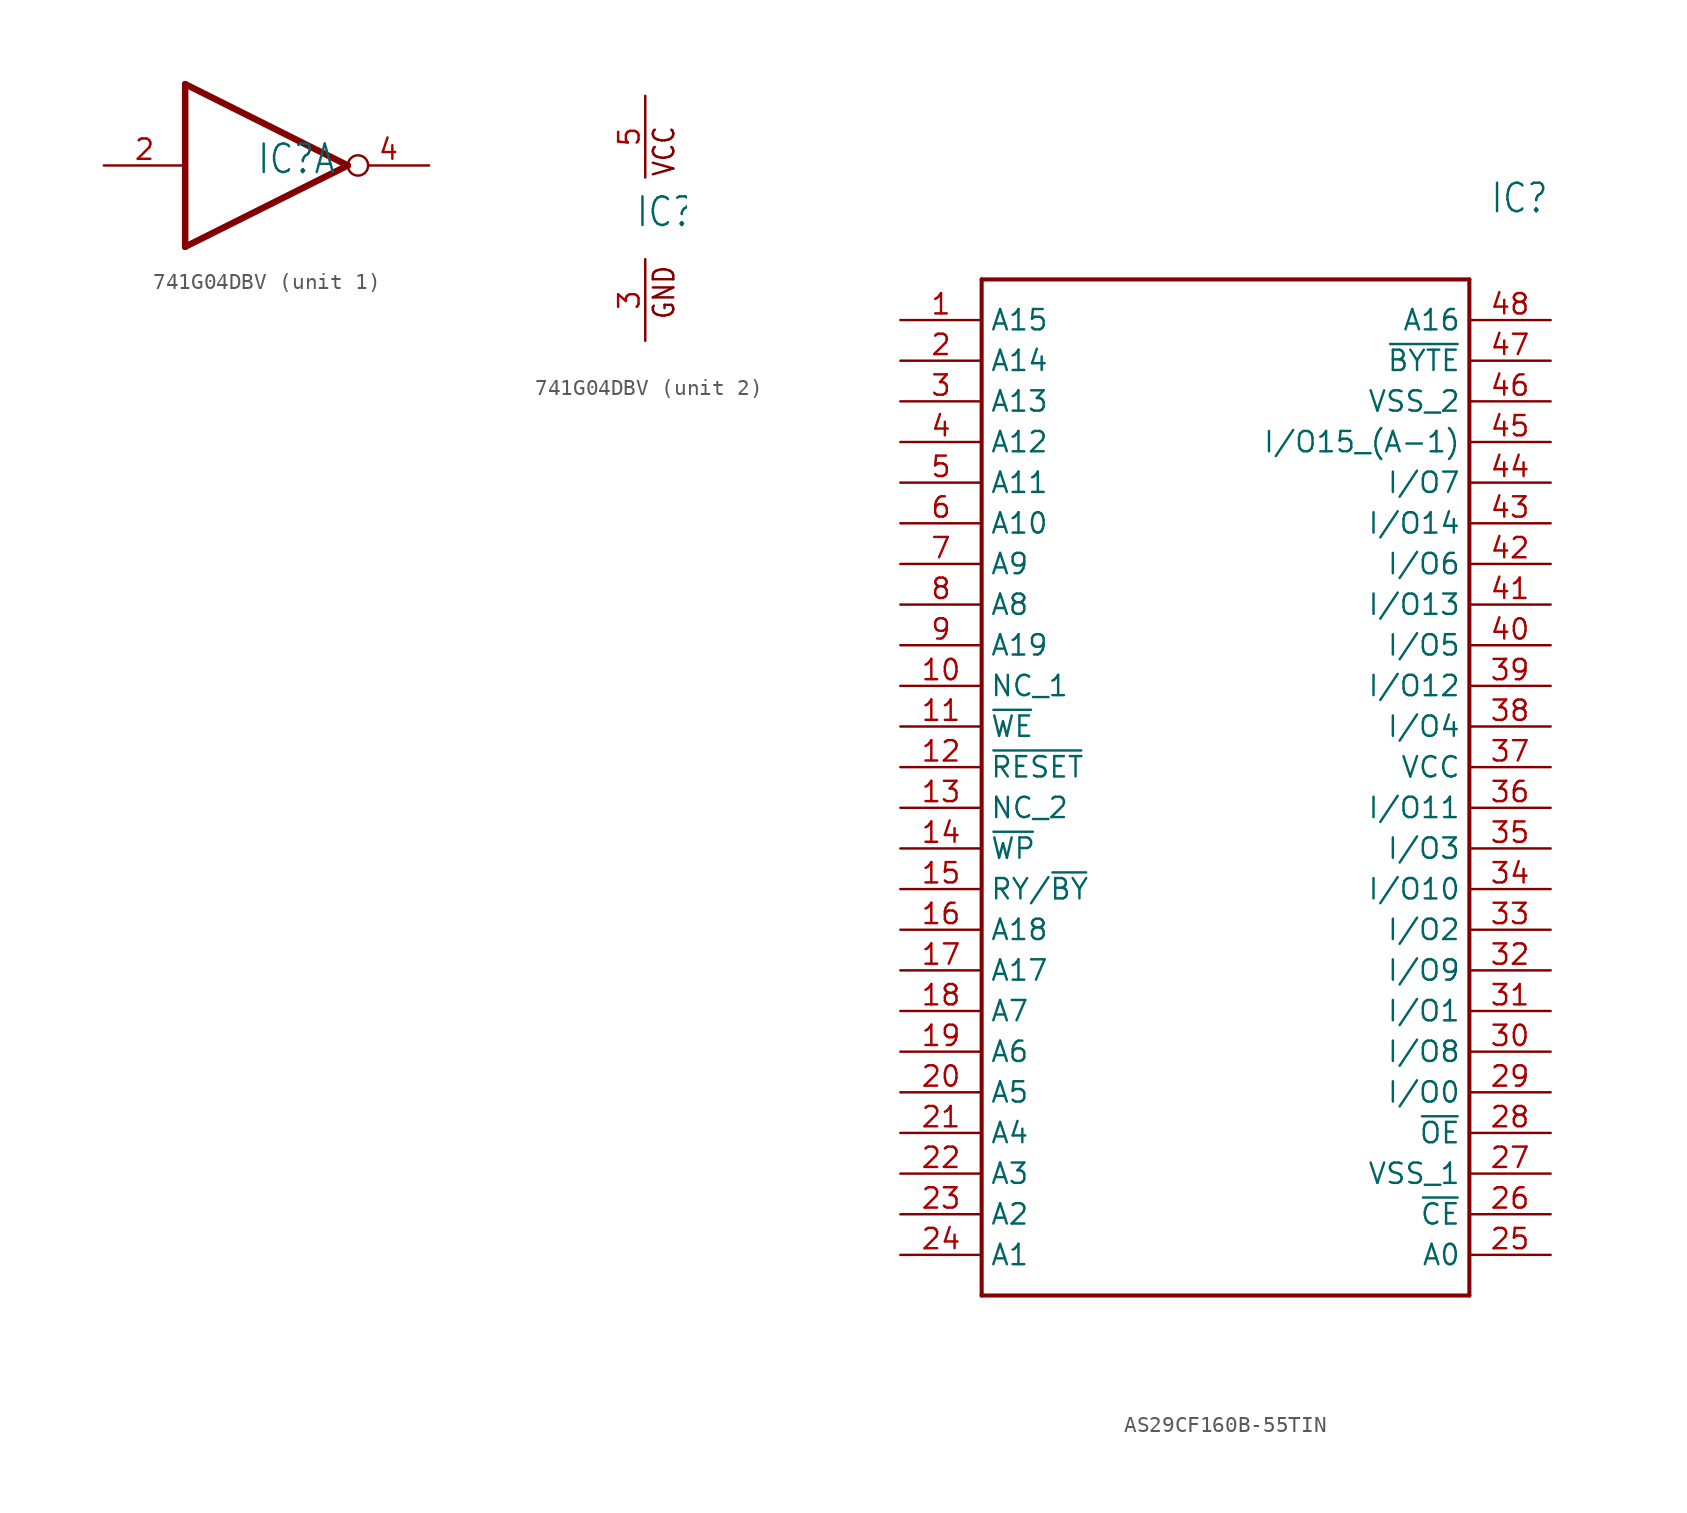
<source format=kicad_sym>
(kicad_symbol_lib
  (version 20220914)
  (generator kicad_symbol_editor)
  (symbol "741G04DBV"
    (property "Reference" "IC"
      (at -0.635 -0.635 0)
      (effects (font (size 1.778 1.511)) (justify left bottom)))
    (property "ki_locked" ""
      (at 0 0 0)
      (effects (font (size 1.27 1.27))))
    (symbol "741G04DBV_1_0"
      (polyline (pts (xy -5.08 -5.08) (xy -5.08 5.08)) (stroke (width 0.406) (type solid)) (fill (type none)))
      (polyline (pts (xy -5.08 5.08) (xy 5.08 0)) (stroke (width 0.406) (type solid)) (fill (type none)))
      (polyline (pts (xy 5.08 0) (xy -5.08 -5.08)) (stroke (width 0.406) (type solid)) (fill (type none)))
      (pin input line (at -10.16 0 0) (length 5.08) (name "I" (effects (font (size 0 0)))) (number "2" (effects (font (size 1.27 1.27)))))
      (pin output inverted (at 10.16 0 180) (length 5.08) (name "O" (effects (font (size 0 0)))) (number "4" (effects (font (size 1.27 1.27))))))
    (symbol "741G04DBV_2_0"
      (text "GND" (at 1.905 -6.35 900) (effects (font (size 1.27 1.079)) (justify left bottom)))
      (text "VCC" (at 1.905 2.54 900) (effects (font (size 1.27 1.079)) (justify left bottom)))
      (pin power_in line (at 0 -7.62 90) (length 5.08) (name "GND" (effects (font (size 0 0)))) (number "3" (effects (font (size 1.27 1.27)))))
      (pin power_in line (at 0 7.62 270) (length 5.08) (name "VCC" (effects (font (size 0 0)))) (number "5" (effects (font (size 1.27 1.27)))))))
  (symbol "AS29CF160B-55TIN"
    (property "Reference" "IC"
      (at 36.83 7.62 0)
      (effects (font (size 1.778 1.511)) (justify left)))
    (property "Value" ""
      (at 36.83 5.08 0)
      (effects (font (size 1.778 1.511)) (justify left)))
    (property "ki_locked" ""
      (at 0 0 0)
      (effects (font (size 1.27 1.27))))
    (symbol "AS29CF160B-55TIN_1_0"
      (polyline (pts (xy 5.08 2.54) (xy 5.08 -60.96)) (stroke (width 0.254) (type solid)) (fill (type none)))
      (polyline (pts (xy 5.08 2.54) (xy 35.56 2.54)) (stroke (width 0.254) (type solid)) (fill (type none)))
      (polyline (pts (xy 35.56 -60.96) (xy 5.08 -60.96)) (stroke (width 0.254) (type solid)) (fill (type none)))
      (polyline (pts (xy 35.56 -60.96) (xy 35.56 2.54)) (stroke (width 0.254) (type solid)) (fill (type none)))
      (pin bidirectional line (at 0 0 0) (length 5.08) (name "A15" (effects (font (size 1.27 1.27)))) (number "1" (effects (font (size 1.27 1.27)))))
      (pin bidirectional line (at 0 -22.86 0) (length 5.08) (name "NC_1" (effects (font (size 1.27 1.27)))) (number "10" (effects (font (size 1.27 1.27)))))
      (pin bidirectional line (at 0 -25.4 0) (length 5.08) (name "~{WE}" (effects (font (size 1.27 1.27)))) (number "11" (effects (font (size 1.27 1.27)))))
      (pin bidirectional line (at 0 -27.94 0) (length 5.08) (name "~{RESET}" (effects (font (size 1.27 1.27)))) (number "12" (effects (font (size 1.27 1.27)))))
      (pin bidirectional line (at 0 -30.48 0) (length 5.08) (name "NC_2" (effects (font (size 1.27 1.27)))) (number "13" (effects (font (size 1.27 1.27)))))
      (pin bidirectional line (at 0 -33.02 0) (length 5.08) (name "~{WP}" (effects (font (size 1.27 1.27)))) (number "14" (effects (font (size 1.27 1.27)))))
      (pin bidirectional line (at 0 -35.56 0) (length 5.08) (name "RY/~{BY}" (effects (font (size 1.27 1.27)))) (number "15" (effects (font (size 1.27 1.27)))))
      (pin bidirectional line (at 0 -38.1 0) (length 5.08) (name "A18" (effects (font (size 1.27 1.27)))) (number "16" (effects (font (size 1.27 1.27)))))
      (pin bidirectional line (at 0 -40.64 0) (length 5.08) (name "A17" (effects (font (size 1.27 1.27)))) (number "17" (effects (font (size 1.27 1.27)))))
      (pin bidirectional line (at 0 -43.18 0) (length 5.08) (name "A7" (effects (font (size 1.27 1.27)))) (number "18" (effects (font (size 1.27 1.27)))))
      (pin bidirectional line (at 0 -45.72 0) (length 5.08) (name "A6" (effects (font (size 1.27 1.27)))) (number "19" (effects (font (size 1.27 1.27)))))
      (pin bidirectional line (at 0 -2.54 0) (length 5.08) (name "A14" (effects (font (size 1.27 1.27)))) (number "2" (effects (font (size 1.27 1.27)))))
      (pin bidirectional line (at 0 -48.26 0) (length 5.08) (name "A5" (effects (font (size 1.27 1.27)))) (number "20" (effects (font (size 1.27 1.27)))))
      (pin bidirectional line (at 0 -50.8 0) (length 5.08) (name "A4" (effects (font (size 1.27 1.27)))) (number "21" (effects (font (size 1.27 1.27)))))
      (pin bidirectional line (at 0 -53.34 0) (length 5.08) (name "A3" (effects (font (size 1.27 1.27)))) (number "22" (effects (font (size 1.27 1.27)))))
      (pin bidirectional line (at 0 -55.88 0) (length 5.08) (name "A2" (effects (font (size 1.27 1.27)))) (number "23" (effects (font (size 1.27 1.27)))))
      (pin bidirectional line (at 0 -58.42 0) (length 5.08) (name "A1" (effects (font (size 1.27 1.27)))) (number "24" (effects (font (size 1.27 1.27)))))
      (pin bidirectional line (at 40.64 -58.42 180) (length 5.08) (name "A0" (effects (font (size 1.27 1.27)))) (number "25" (effects (font (size 1.27 1.27)))))
      (pin bidirectional line (at 40.64 -55.88 180) (length 5.08) (name "~{CE}" (effects (font (size 1.27 1.27)))) (number "26" (effects (font (size 1.27 1.27)))))
      (pin bidirectional line (at 40.64 -53.34 180) (length 5.08) (name "VSS_1" (effects (font (size 1.27 1.27)))) (number "27" (effects (font (size 1.27 1.27)))))
      (pin bidirectional line (at 40.64 -50.8 180) (length 5.08) (name "~{OE}" (effects (font (size 1.27 1.27)))) (number "28" (effects (font (size 1.27 1.27)))))
      (pin bidirectional line (at 40.64 -48.26 180) (length 5.08) (name "I/O0" (effects (font (size 1.27 1.27)))) (number "29" (effects (font (size 1.27 1.27)))))
      (pin bidirectional line (at 0 -5.08 0) (length 5.08) (name "A13" (effects (font (size 1.27 1.27)))) (number "3" (effects (font (size 1.27 1.27)))))
      (pin bidirectional line (at 40.64 -45.72 180) (length 5.08) (name "I/O8" (effects (font (size 1.27 1.27)))) (number "30" (effects (font (size 1.27 1.27)))))
      (pin bidirectional line (at 40.64 -43.18 180) (length 5.08) (name "I/O1" (effects (font (size 1.27 1.27)))) (number "31" (effects (font (size 1.27 1.27)))))
      (pin bidirectional line (at 40.64 -40.64 180) (length 5.08) (name "I/O9" (effects (font (size 1.27 1.27)))) (number "32" (effects (font (size 1.27 1.27)))))
      (pin bidirectional line (at 40.64 -38.1 180) (length 5.08) (name "I/O2" (effects (font (size 1.27 1.27)))) (number "33" (effects (font (size 1.27 1.27)))))
      (pin bidirectional line (at 40.64 -35.56 180) (length 5.08) (name "I/O10" (effects (font (size 1.27 1.27)))) (number "34" (effects (font (size 1.27 1.27)))))
      (pin bidirectional line (at 40.64 -33.02 180) (length 5.08) (name "I/O3" (effects (font (size 1.27 1.27)))) (number "35" (effects (font (size 1.27 1.27)))))
      (pin bidirectional line (at 40.64 -30.48 180) (length 5.08) (name "I/O11" (effects (font (size 1.27 1.27)))) (number "36" (effects (font (size 1.27 1.27)))))
      (pin bidirectional line (at 40.64 -27.94 180) (length 5.08) (name "VCC" (effects (font (size 1.27 1.27)))) (number "37" (effects (font (size 1.27 1.27)))))
      (pin bidirectional line (at 40.64 -25.4 180) (length 5.08) (name "I/O4" (effects (font (size 1.27 1.27)))) (number "38" (effects (font (size 1.27 1.27)))))
      (pin bidirectional line (at 40.64 -22.86 180) (length 5.08) (name "I/O12" (effects (font (size 1.27 1.27)))) (number "39" (effects (font (size 1.27 1.27)))))
      (pin bidirectional line (at 0 -7.62 0) (length 5.08) (name "A12" (effects (font (size 1.27 1.27)))) (number "4" (effects (font (size 1.27 1.27)))))
      (pin bidirectional line (at 40.64 -20.32 180) (length 5.08) (name "I/O5" (effects (font (size 1.27 1.27)))) (number "40" (effects (font (size 1.27 1.27)))))
      (pin bidirectional line (at 40.64 -17.78 180) (length 5.08) (name "I/O13" (effects (font (size 1.27 1.27)))) (number "41" (effects (font (size 1.27 1.27)))))
      (pin bidirectional line (at 40.64 -15.24 180) (length 5.08) (name "I/O6" (effects (font (size 1.27 1.27)))) (number "42" (effects (font (size 1.27 1.27)))))
      (pin bidirectional line (at 40.64 -12.7 180) (length 5.08) (name "I/O14" (effects (font (size 1.27 1.27)))) (number "43" (effects (font (size 1.27 1.27)))))
      (pin bidirectional line (at 40.64 -10.16 180) (length 5.08) (name "I/O7" (effects (font (size 1.27 1.27)))) (number "44" (effects (font (size 1.27 1.27)))))
      (pin bidirectional line (at 40.64 -7.62 180) (length 5.08) (name "I/O15_(A-1)" (effects (font (size 1.27 1.27)))) (number "45" (effects (font (size 1.27 1.27)))))
      (pin bidirectional line (at 40.64 -5.08 180) (length 5.08) (name "VSS_2" (effects (font (size 1.27 1.27)))) (number "46" (effects (font (size 1.27 1.27)))))
      (pin bidirectional line (at 40.64 -2.54 180) (length 5.08) (name "~{BYTE}" (effects (font (size 1.27 1.27)))) (number "47" (effects (font (size 1.27 1.27)))))
      (pin bidirectional line (at 40.64 0 180) (length 5.08) (name "A16" (effects (font (size 1.27 1.27)))) (number "48" (effects (font (size 1.27 1.27)))))
      (pin bidirectional line (at 0 -10.16 0) (length 5.08) (name "A11" (effects (font (size 1.27 1.27)))) (number "5" (effects (font (size 1.27 1.27)))))
      (pin bidirectional line (at 0 -12.7 0) (length 5.08) (name "A10" (effects (font (size 1.27 1.27)))) (number "6" (effects (font (size 1.27 1.27)))))
      (pin bidirectional line (at 0 -15.24 0) (length 5.08) (name "A9" (effects (font (size 1.27 1.27)))) (number "7" (effects (font (size 1.27 1.27)))))
      (pin bidirectional line (at 0 -17.78 0) (length 5.08) (name "A8" (effects (font (size 1.27 1.27)))) (number "8" (effects (font (size 1.27 1.27)))))
      (pin bidirectional line (at 0 -20.32 0) (length 5.08) (name "A19" (effects (font (size 1.27 1.27)))) (number "9" (effects (font (size 1.27 1.27))))))))
</source>
